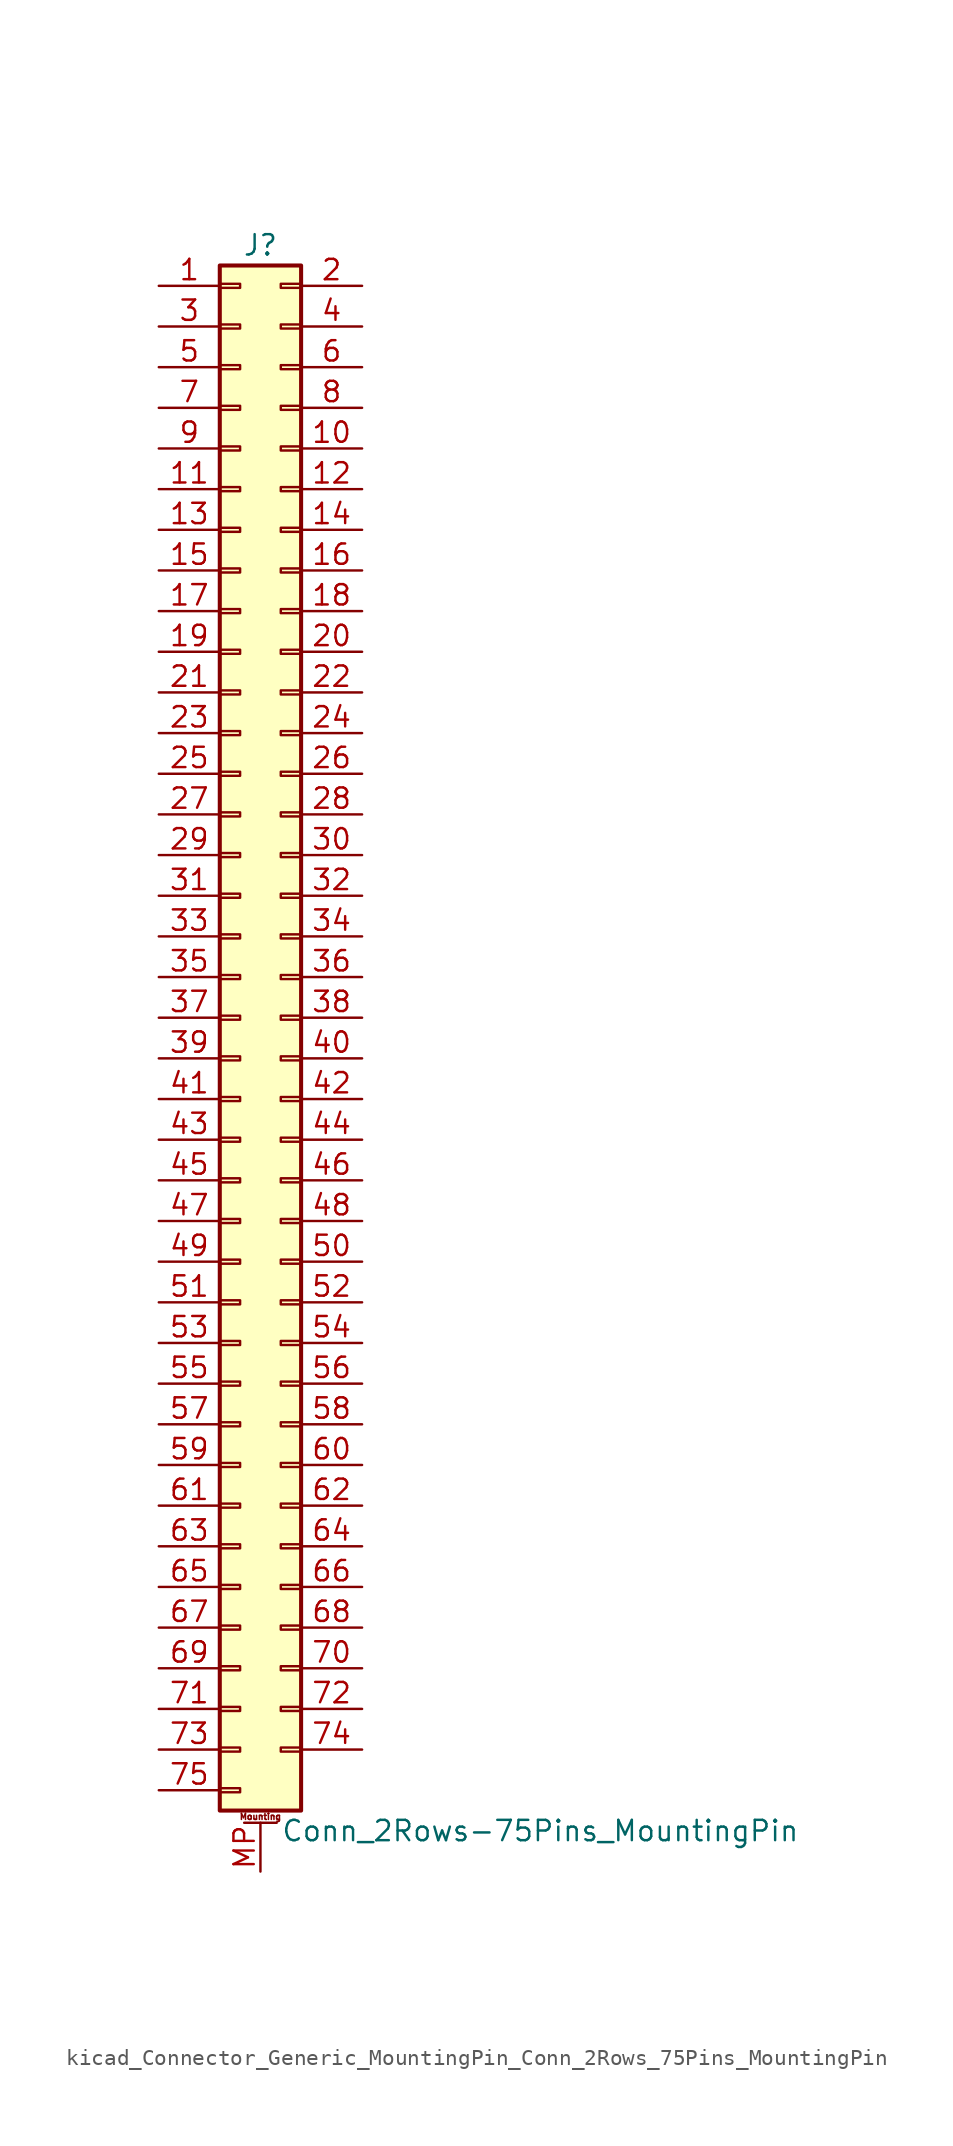
<source format=kicad_sym>
(kicad_symbol_lib
  (version 20220914)
  (generator kicad_symbol_editor)
  (symbol "kicad_Connector_Generic_MountingPin_Conn_2Rows_75Pins_MountingPin"
    (pin_names
      (offset 1.016) hide)
    (property "Reference" "J"
      (at 1.27 48.26 0)
      (effects (font (size 1.27 1.27))))
    (property "Value" "Conn_2Rows-75Pins_MountingPin"
      (at 2.54 -50.8 0)
      (effects (font (size 1.27 1.27)) (justify left)))
    (symbol "kicad_Connector_Generic_MountingPin_Conn_2Rows_75Pins_MountingPin_1_1"
      (rectangle (start -1.27 -48.133) (end 0 -48.387) (stroke (width 0.152) (type default)) (fill (type none)))
      (rectangle (start -1.27 -45.593) (end 0 -45.847) (stroke (width 0.152) (type default)) (fill (type none)))
      (rectangle (start -1.27 -43.053) (end 0 -43.307) (stroke (width 0.152) (type default)) (fill (type none)))
      (rectangle (start -1.27 -40.513) (end 0 -40.767) (stroke (width 0.152) (type default)) (fill (type none)))
      (rectangle (start -1.27 -37.973) (end 0 -38.227) (stroke (width 0.152) (type default)) (fill (type none)))
      (rectangle (start -1.27 -35.433) (end 0 -35.687) (stroke (width 0.152) (type default)) (fill (type none)))
      (rectangle (start -1.27 -32.893) (end 0 -33.147) (stroke (width 0.152) (type default)) (fill (type none)))
      (rectangle (start -1.27 -30.353) (end 0 -30.607) (stroke (width 0.152) (type default)) (fill (type none)))
      (rectangle (start -1.27 -27.813) (end 0 -28.067) (stroke (width 0.152) (type default)) (fill (type none)))
      (rectangle (start -1.27 -25.273) (end 0 -25.527) (stroke (width 0.152) (type default)) (fill (type none)))
      (rectangle (start -1.27 -22.733) (end 0 -22.987) (stroke (width 0.152) (type default)) (fill (type none)))
      (rectangle (start -1.27 -20.193) (end 0 -20.447) (stroke (width 0.152) (type default)) (fill (type none)))
      (rectangle (start -1.27 -17.653) (end 0 -17.907) (stroke (width 0.152) (type default)) (fill (type none)))
      (rectangle (start -1.27 -15.113) (end 0 -15.367) (stroke (width 0.152) (type default)) (fill (type none)))
      (rectangle (start -1.27 -12.573) (end 0 -12.827) (stroke (width 0.152) (type default)) (fill (type none)))
      (rectangle (start -1.27 -10.033) (end 0 -10.287) (stroke (width 0.152) (type default)) (fill (type none)))
      (rectangle (start -1.27 -7.493) (end 0 -7.747) (stroke (width 0.152) (type default)) (fill (type none)))
      (rectangle (start -1.27 -4.953) (end 0 -5.207) (stroke (width 0.152) (type default)) (fill (type none)))
      (rectangle (start -1.27 -2.413) (end 0 -2.667) (stroke (width 0.152) (type default)) (fill (type none)))
      (rectangle (start -1.27 0.127) (end 0 -0.127) (stroke (width 0.152) (type default)) (fill (type none)))
      (rectangle (start -1.27 2.667) (end 0 2.413) (stroke (width 0.152) (type default)) (fill (type none)))
      (rectangle (start -1.27 5.207) (end 0 4.953) (stroke (width 0.152) (type default)) (fill (type none)))
      (rectangle (start -1.27 7.747) (end 0 7.493) (stroke (width 0.152) (type default)) (fill (type none)))
      (rectangle (start -1.27 10.287) (end 0 10.033) (stroke (width 0.152) (type default)) (fill (type none)))
      (rectangle (start -1.27 12.827) (end 0 12.573) (stroke (width 0.152) (type default)) (fill (type none)))
      (rectangle (start -1.27 15.367) (end 0 15.113) (stroke (width 0.152) (type default)) (fill (type none)))
      (rectangle (start -1.27 17.907) (end 0 17.653) (stroke (width 0.152) (type default)) (fill (type none)))
      (rectangle (start -1.27 20.447) (end 0 20.193) (stroke (width 0.152) (type default)) (fill (type none)))
      (rectangle (start -1.27 22.987) (end 0 22.733) (stroke (width 0.152) (type default)) (fill (type none)))
      (rectangle (start -1.27 25.527) (end 0 25.273) (stroke (width 0.152) (type default)) (fill (type none)))
      (rectangle (start -1.27 28.067) (end 0 27.813) (stroke (width 0.152) (type default)) (fill (type none)))
      (rectangle (start -1.27 30.607) (end 0 30.353) (stroke (width 0.152) (type default)) (fill (type none)))
      (rectangle (start -1.27 33.147) (end 0 32.893) (stroke (width 0.152) (type default)) (fill (type none)))
      (rectangle (start -1.27 35.687) (end 0 35.433) (stroke (width 0.152) (type default)) (fill (type none)))
      (rectangle (start -1.27 38.227) (end 0 37.973) (stroke (width 0.152) (type default)) (fill (type none)))
      (rectangle (start -1.27 40.767) (end 0 40.513) (stroke (width 0.152) (type default)) (fill (type none)))
      (rectangle (start -1.27 43.307) (end 0 43.053) (stroke (width 0.152) (type default)) (fill (type none)))
      (rectangle (start -1.27 45.847) (end 0 45.593) (stroke (width 0.152) (type default)) (fill (type none)))
      (rectangle (start -1.27 46.99) (end 3.81 -49.53) (stroke (width 0.254) (type default)) (fill (type background)))
      (polyline (pts (xy 0.254 -50.292) (xy 2.286 -50.292)) (stroke (width 0.152) (type default)) (fill (type none)))
      (rectangle (start 3.81 -45.593) (end 2.54 -45.847) (stroke (width 0.152) (type default)) (fill (type none)))
      (rectangle (start 3.81 -43.053) (end 2.54 -43.307) (stroke (width 0.152) (type default)) (fill (type none)))
      (rectangle (start 3.81 -40.513) (end 2.54 -40.767) (stroke (width 0.152) (type default)) (fill (type none)))
      (rectangle (start 3.81 -37.973) (end 2.54 -38.227) (stroke (width 0.152) (type default)) (fill (type none)))
      (rectangle (start 3.81 -35.433) (end 2.54 -35.687) (stroke (width 0.152) (type default)) (fill (type none)))
      (rectangle (start 3.81 -32.893) (end 2.54 -33.147) (stroke (width 0.152) (type default)) (fill (type none)))
      (rectangle (start 3.81 -30.353) (end 2.54 -30.607) (stroke (width 0.152) (type default)) (fill (type none)))
      (rectangle (start 3.81 -27.813) (end 2.54 -28.067) (stroke (width 0.152) (type default)) (fill (type none)))
      (rectangle (start 3.81 -25.273) (end 2.54 -25.527) (stroke (width 0.152) (type default)) (fill (type none)))
      (rectangle (start 3.81 -22.733) (end 2.54 -22.987) (stroke (width 0.152) (type default)) (fill (type none)))
      (rectangle (start 3.81 -20.193) (end 2.54 -20.447) (stroke (width 0.152) (type default)) (fill (type none)))
      (rectangle (start 3.81 -17.653) (end 2.54 -17.907) (stroke (width 0.152) (type default)) (fill (type none)))
      (rectangle (start 3.81 -15.113) (end 2.54 -15.367) (stroke (width 0.152) (type default)) (fill (type none)))
      (rectangle (start 3.81 -12.573) (end 2.54 -12.827) (stroke (width 0.152) (type default)) (fill (type none)))
      (rectangle (start 3.81 -10.033) (end 2.54 -10.287) (stroke (width 0.152) (type default)) (fill (type none)))
      (rectangle (start 3.81 -7.493) (end 2.54 -7.747) (stroke (width 0.152) (type default)) (fill (type none)))
      (rectangle (start 3.81 -4.953) (end 2.54 -5.207) (stroke (width 0.152) (type default)) (fill (type none)))
      (rectangle (start 3.81 -2.413) (end 2.54 -2.667) (stroke (width 0.152) (type default)) (fill (type none)))
      (rectangle (start 3.81 0.127) (end 2.54 -0.127) (stroke (width 0.152) (type default)) (fill (type none)))
      (rectangle (start 3.81 2.667) (end 2.54 2.413) (stroke (width 0.152) (type default)) (fill (type none)))
      (rectangle (start 3.81 5.207) (end 2.54 4.953) (stroke (width 0.152) (type default)) (fill (type none)))
      (rectangle (start 3.81 7.747) (end 2.54 7.493) (stroke (width 0.152) (type default)) (fill (type none)))
      (rectangle (start 3.81 10.287) (end 2.54 10.033) (stroke (width 0.152) (type default)) (fill (type none)))
      (rectangle (start 3.81 12.827) (end 2.54 12.573) (stroke (width 0.152) (type default)) (fill (type none)))
      (rectangle (start 3.81 15.367) (end 2.54 15.113) (stroke (width 0.152) (type default)) (fill (type none)))
      (rectangle (start 3.81 17.907) (end 2.54 17.653) (stroke (width 0.152) (type default)) (fill (type none)))
      (rectangle (start 3.81 20.447) (end 2.54 20.193) (stroke (width 0.152) (type default)) (fill (type none)))
      (rectangle (start 3.81 22.987) (end 2.54 22.733) (stroke (width 0.152) (type default)) (fill (type none)))
      (rectangle (start 3.81 25.527) (end 2.54 25.273) (stroke (width 0.152) (type default)) (fill (type none)))
      (rectangle (start 3.81 28.067) (end 2.54 27.813) (stroke (width 0.152) (type default)) (fill (type none)))
      (rectangle (start 3.81 30.607) (end 2.54 30.353) (stroke (width 0.152) (type default)) (fill (type none)))
      (rectangle (start 3.81 33.147) (end 2.54 32.893) (stroke (width 0.152) (type default)) (fill (type none)))
      (rectangle (start 3.81 35.687) (end 2.54 35.433) (stroke (width 0.152) (type default)) (fill (type none)))
      (rectangle (start 3.81 38.227) (end 2.54 37.973) (stroke (width 0.152) (type default)) (fill (type none)))
      (rectangle (start 3.81 40.767) (end 2.54 40.513) (stroke (width 0.152) (type default)) (fill (type none)))
      (rectangle (start 3.81 43.307) (end 2.54 43.053) (stroke (width 0.152) (type default)) (fill (type none)))
      (rectangle (start 3.81 45.847) (end 2.54 45.593) (stroke (width 0.152) (type default)) (fill (type none)))
      (text "Mounting" (at 1.27 -49.911 0) (effects (font (size 0.381 0.381))))
      (pin passive line (at -5.08 45.72 0) (length 3.81) (name "Pin_1" (effects (font (size 1.27 1.27)))) (number "1" (effects (font (size 1.27 1.27)))))
      (pin passive line (at 7.62 35.56 180) (length 3.81) (name "Pin_10" (effects (font (size 1.27 1.27)))) (number "10" (effects (font (size 1.27 1.27)))))
      (pin passive line (at -5.08 33.02 0) (length 3.81) (name "Pin_11" (effects (font (size 1.27 1.27)))) (number "11" (effects (font (size 1.27 1.27)))))
      (pin passive line (at 7.62 33.02 180) (length 3.81) (name "Pin_12" (effects (font (size 1.27 1.27)))) (number "12" (effects (font (size 1.27 1.27)))))
      (pin passive line (at -5.08 30.48 0) (length 3.81) (name "Pin_13" (effects (font (size 1.27 1.27)))) (number "13" (effects (font (size 1.27 1.27)))))
      (pin passive line (at 7.62 30.48 180) (length 3.81) (name "Pin_14" (effects (font (size 1.27 1.27)))) (number "14" (effects (font (size 1.27 1.27)))))
      (pin passive line (at -5.08 27.94 0) (length 3.81) (name "Pin_15" (effects (font (size 1.27 1.27)))) (number "15" (effects (font (size 1.27 1.27)))))
      (pin passive line (at 7.62 27.94 180) (length 3.81) (name "Pin_16" (effects (font (size 1.27 1.27)))) (number "16" (effects (font (size 1.27 1.27)))))
      (pin passive line (at -5.08 25.4 0) (length 3.81) (name "Pin_17" (effects (font (size 1.27 1.27)))) (number "17" (effects (font (size 1.27 1.27)))))
      (pin passive line (at 7.62 25.4 180) (length 3.81) (name "Pin_18" (effects (font (size 1.27 1.27)))) (number "18" (effects (font (size 1.27 1.27)))))
      (pin passive line (at -5.08 22.86 0) (length 3.81) (name "Pin_19" (effects (font (size 1.27 1.27)))) (number "19" (effects (font (size 1.27 1.27)))))
      (pin passive line (at 7.62 45.72 180) (length 3.81) (name "Pin_2" (effects (font (size 1.27 1.27)))) (number "2" (effects (font (size 1.27 1.27)))))
      (pin passive line (at 7.62 22.86 180) (length 3.81) (name "Pin_20" (effects (font (size 1.27 1.27)))) (number "20" (effects (font (size 1.27 1.27)))))
      (pin passive line (at -5.08 20.32 0) (length 3.81) (name "Pin_21" (effects (font (size 1.27 1.27)))) (number "21" (effects (font (size 1.27 1.27)))))
      (pin passive line (at 7.62 20.32 180) (length 3.81) (name "Pin_22" (effects (font (size 1.27 1.27)))) (number "22" (effects (font (size 1.27 1.27)))))
      (pin passive line (at -5.08 17.78 0) (length 3.81) (name "Pin_23" (effects (font (size 1.27 1.27)))) (number "23" (effects (font (size 1.27 1.27)))))
      (pin passive line (at 7.62 17.78 180) (length 3.81) (name "Pin_24" (effects (font (size 1.27 1.27)))) (number "24" (effects (font (size 1.27 1.27)))))
      (pin passive line (at -5.08 15.24 0) (length 3.81) (name "Pin_25" (effects (font (size 1.27 1.27)))) (number "25" (effects (font (size 1.27 1.27)))))
      (pin passive line (at 7.62 15.24 180) (length 3.81) (name "Pin_26" (effects (font (size 1.27 1.27)))) (number "26" (effects (font (size 1.27 1.27)))))
      (pin passive line (at -5.08 12.7 0) (length 3.81) (name "Pin_27" (effects (font (size 1.27 1.27)))) (number "27" (effects (font (size 1.27 1.27)))))
      (pin passive line (at 7.62 12.7 180) (length 3.81) (name "Pin_28" (effects (font (size 1.27 1.27)))) (number "28" (effects (font (size 1.27 1.27)))))
      (pin passive line (at -5.08 10.16 0) (length 3.81) (name "Pin_29" (effects (font (size 1.27 1.27)))) (number "29" (effects (font (size 1.27 1.27)))))
      (pin passive line (at -5.08 43.18 0) (length 3.81) (name "Pin_3" (effects (font (size 1.27 1.27)))) (number "3" (effects (font (size 1.27 1.27)))))
      (pin passive line (at 7.62 10.16 180) (length 3.81) (name "Pin_30" (effects (font (size 1.27 1.27)))) (number "30" (effects (font (size 1.27 1.27)))))
      (pin passive line (at -5.08 7.62 0) (length 3.81) (name "Pin_31" (effects (font (size 1.27 1.27)))) (number "31" (effects (font (size 1.27 1.27)))))
      (pin passive line (at 7.62 7.62 180) (length 3.81) (name "Pin_32" (effects (font (size 1.27 1.27)))) (number "32" (effects (font (size 1.27 1.27)))))
      (pin passive line (at -5.08 5.08 0) (length 3.81) (name "Pin_33" (effects (font (size 1.27 1.27)))) (number "33" (effects (font (size 1.27 1.27)))))
      (pin passive line (at 7.62 5.08 180) (length 3.81) (name "Pin_34" (effects (font (size 1.27 1.27)))) (number "34" (effects (font (size 1.27 1.27)))))
      (pin passive line (at -5.08 2.54 0) (length 3.81) (name "Pin_35" (effects (font (size 1.27 1.27)))) (number "35" (effects (font (size 1.27 1.27)))))
      (pin passive line (at 7.62 2.54 180) (length 3.81) (name "Pin_36" (effects (font (size 1.27 1.27)))) (number "36" (effects (font (size 1.27 1.27)))))
      (pin passive line (at -5.08 0 0) (length 3.81) (name "Pin_37" (effects (font (size 1.27 1.27)))) (number "37" (effects (font (size 1.27 1.27)))))
      (pin passive line (at 7.62 0 180) (length 3.81) (name "Pin_38" (effects (font (size 1.27 1.27)))) (number "38" (effects (font (size 1.27 1.27)))))
      (pin passive line (at -5.08 -2.54 0) (length 3.81) (name "Pin_39" (effects (font (size 1.27 1.27)))) (number "39" (effects (font (size 1.27 1.27)))))
      (pin passive line (at 7.62 43.18 180) (length 3.81) (name "Pin_4" (effects (font (size 1.27 1.27)))) (number "4" (effects (font (size 1.27 1.27)))))
      (pin passive line (at 7.62 -2.54 180) (length 3.81) (name "Pin_40" (effects (font (size 1.27 1.27)))) (number "40" (effects (font (size 1.27 1.27)))))
      (pin passive line (at -5.08 -5.08 0) (length 3.81) (name "Pin_41" (effects (font (size 1.27 1.27)))) (number "41" (effects (font (size 1.27 1.27)))))
      (pin passive line (at 7.62 -5.08 180) (length 3.81) (name "Pin_42" (effects (font (size 1.27 1.27)))) (number "42" (effects (font (size 1.27 1.27)))))
      (pin passive line (at -5.08 -7.62 0) (length 3.81) (name "Pin_43" (effects (font (size 1.27 1.27)))) (number "43" (effects (font (size 1.27 1.27)))))
      (pin passive line (at 7.62 -7.62 180) (length 3.81) (name "Pin_44" (effects (font (size 1.27 1.27)))) (number "44" (effects (font (size 1.27 1.27)))))
      (pin passive line (at -5.08 -10.16 0) (length 3.81) (name "Pin_45" (effects (font (size 1.27 1.27)))) (number "45" (effects (font (size 1.27 1.27)))))
      (pin passive line (at 7.62 -10.16 180) (length 3.81) (name "Pin_46" (effects (font (size 1.27 1.27)))) (number "46" (effects (font (size 1.27 1.27)))))
      (pin passive line (at -5.08 -12.7 0) (length 3.81) (name "Pin_47" (effects (font (size 1.27 1.27)))) (number "47" (effects (font (size 1.27 1.27)))))
      (pin passive line (at 7.62 -12.7 180) (length 3.81) (name "Pin_48" (effects (font (size 1.27 1.27)))) (number "48" (effects (font (size 1.27 1.27)))))
      (pin passive line (at -5.08 -15.24 0) (length 3.81) (name "Pin_49" (effects (font (size 1.27 1.27)))) (number "49" (effects (font (size 1.27 1.27)))))
      (pin passive line (at -5.08 40.64 0) (length 3.81) (name "Pin_5" (effects (font (size 1.27 1.27)))) (number "5" (effects (font (size 1.27 1.27)))))
      (pin passive line (at 7.62 -15.24 180) (length 3.81) (name "Pin_50" (effects (font (size 1.27 1.27)))) (number "50" (effects (font (size 1.27 1.27)))))
      (pin passive line (at -5.08 -17.78 0) (length 3.81) (name "Pin_51" (effects (font (size 1.27 1.27)))) (number "51" (effects (font (size 1.27 1.27)))))
      (pin passive line (at 7.62 -17.78 180) (length 3.81) (name "Pin_52" (effects (font (size 1.27 1.27)))) (number "52" (effects (font (size 1.27 1.27)))))
      (pin passive line (at -5.08 -20.32 0) (length 3.81) (name "Pin_53" (effects (font (size 1.27 1.27)))) (number "53" (effects (font (size 1.27 1.27)))))
      (pin passive line (at 7.62 -20.32 180) (length 3.81) (name "Pin_54" (effects (font (size 1.27 1.27)))) (number "54" (effects (font (size 1.27 1.27)))))
      (pin passive line (at -5.08 -22.86 0) (length 3.81) (name "Pin_55" (effects (font (size 1.27 1.27)))) (number "55" (effects (font (size 1.27 1.27)))))
      (pin passive line (at 7.62 -22.86 180) (length 3.81) (name "Pin_56" (effects (font (size 1.27 1.27)))) (number "56" (effects (font (size 1.27 1.27)))))
      (pin passive line (at -5.08 -25.4 0) (length 3.81) (name "Pin_57" (effects (font (size 1.27 1.27)))) (number "57" (effects (font (size 1.27 1.27)))))
      (pin passive line (at 7.62 -25.4 180) (length 3.81) (name "Pin_58" (effects (font (size 1.27 1.27)))) (number "58" (effects (font (size 1.27 1.27)))))
      (pin passive line (at -5.08 -27.94 0) (length 3.81) (name "Pin_59" (effects (font (size 1.27 1.27)))) (number "59" (effects (font (size 1.27 1.27)))))
      (pin passive line (at 7.62 40.64 180) (length 3.81) (name "Pin_6" (effects (font (size 1.27 1.27)))) (number "6" (effects (font (size 1.27 1.27)))))
      (pin passive line (at 7.62 -27.94 180) (length 3.81) (name "Pin_60" (effects (font (size 1.27 1.27)))) (number "60" (effects (font (size 1.27 1.27)))))
      (pin passive line (at -5.08 -30.48 0) (length 3.81) (name "Pin_61" (effects (font (size 1.27 1.27)))) (number "61" (effects (font (size 1.27 1.27)))))
      (pin passive line (at 7.62 -30.48 180) (length 3.81) (name "Pin_62" (effects (font (size 1.27 1.27)))) (number "62" (effects (font (size 1.27 1.27)))))
      (pin passive line (at -5.08 -33.02 0) (length 3.81) (name "Pin_63" (effects (font (size 1.27 1.27)))) (number "63" (effects (font (size 1.27 1.27)))))
      (pin passive line (at 7.62 -33.02 180) (length 3.81) (name "Pin_64" (effects (font (size 1.27 1.27)))) (number "64" (effects (font (size 1.27 1.27)))))
      (pin passive line (at -5.08 -35.56 0) (length 3.81) (name "Pin_65" (effects (font (size 1.27 1.27)))) (number "65" (effects (font (size 1.27 1.27)))))
      (pin passive line (at 7.62 -35.56 180) (length 3.81) (name "Pin_66" (effects (font (size 1.27 1.27)))) (number "66" (effects (font (size 1.27 1.27)))))
      (pin passive line (at -5.08 -38.1 0) (length 3.81) (name "Pin_67" (effects (font (size 1.27 1.27)))) (number "67" (effects (font (size 1.27 1.27)))))
      (pin passive line (at 7.62 -38.1 180) (length 3.81) (name "Pin_68" (effects (font (size 1.27 1.27)))) (number "68" (effects (font (size 1.27 1.27)))))
      (pin passive line (at -5.08 -40.64 0) (length 3.81) (name "Pin_69" (effects (font (size 1.27 1.27)))) (number "69" (effects (font (size 1.27 1.27)))))
      (pin passive line (at -5.08 38.1 0) (length 3.81) (name "Pin_7" (effects (font (size 1.27 1.27)))) (number "7" (effects (font (size 1.27 1.27)))))
      (pin passive line (at 7.62 -40.64 180) (length 3.81) (name "Pin_70" (effects (font (size 1.27 1.27)))) (number "70" (effects (font (size 1.27 1.27)))))
      (pin passive line (at -5.08 -43.18 0) (length 3.81) (name "Pin_71" (effects (font (size 1.27 1.27)))) (number "71" (effects (font (size 1.27 1.27)))))
      (pin passive line (at 7.62 -43.18 180) (length 3.81) (name "Pin_72" (effects (font (size 1.27 1.27)))) (number "72" (effects (font (size 1.27 1.27)))))
      (pin passive line (at -5.08 -45.72 0) (length 3.81) (name "Pin_73" (effects (font (size 1.27 1.27)))) (number "73" (effects (font (size 1.27 1.27)))))
      (pin passive line (at 7.62 -45.72 180) (length 3.81) (name "Pin_74" (effects (font (size 1.27 1.27)))) (number "74" (effects (font (size 1.27 1.27)))))
      (pin passive line (at -5.08 -48.26 0) (length 3.81) (name "Pin_75" (effects (font (size 1.27 1.27)))) (number "75" (effects (font (size 1.27 1.27)))))
      (pin passive line (at 7.62 38.1 180) (length 3.81) (name "Pin_8" (effects (font (size 1.27 1.27)))) (number "8" (effects (font (size 1.27 1.27)))))
      (pin passive line (at -5.08 35.56 0) (length 3.81) (name "Pin_9" (effects (font (size 1.27 1.27)))) (number "9" (effects (font (size 1.27 1.27)))))
      (pin passive line (at 1.27 -53.34 90) (length 3.048) (name "MountPin" (effects (font (size 1.27 1.27)))) (number "MP" (effects (font (size 1.27 1.27))))))))
</source>
